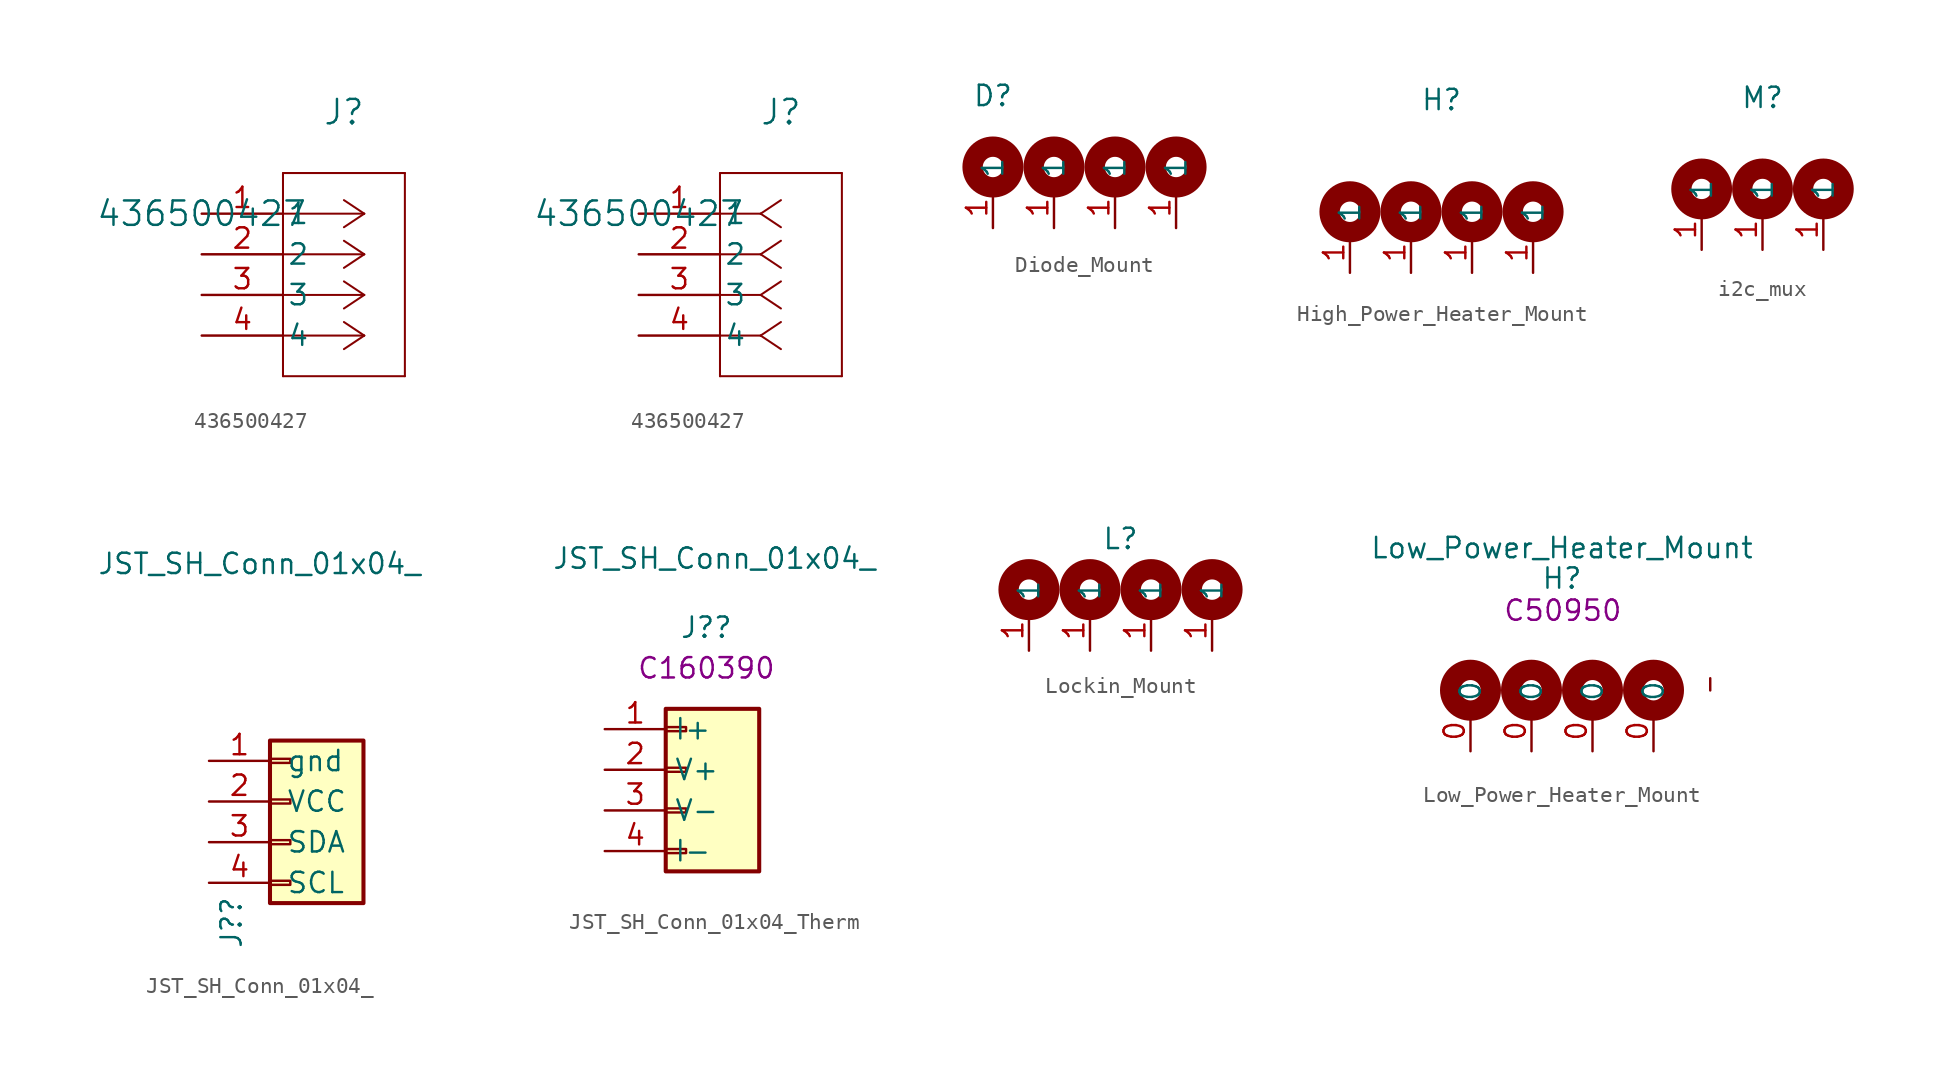
<source format=kicad_sym>
(kicad_symbol_lib
  (version 20231120)
  (generator "kicad_symbol_editor")
  (generator_version "8.0")
  (symbol "436500427"
    (pin_names
      (offset 0.254))
    (property "Reference" "J"
      (at 8.89 6.35 0)
      (effects (font (size 1.524 1.524))))
    (property "Value" "436500427"
      (at 0 0 0)
      (effects (font (size 1.524 1.524))))
    (symbol "436500427_1_1"
      (polyline (pts (xy 5.08 -10.16) (xy 12.7 -10.16)) (stroke (width 0.127) (type default)) (fill (type none)))
      (polyline (pts (xy 5.08 2.54) (xy 5.08 -10.16)) (stroke (width 0.127) (type default)) (fill (type none)))
      (polyline (pts (xy 10.16 -7.62) (xy 5.08 -7.62)) (stroke (width 0.127) (type default)) (fill (type none)))
      (polyline (pts (xy 10.16 -7.62) (xy 8.89 -8.467)) (stroke (width 0.127) (type default)) (fill (type none)))
      (polyline (pts (xy 10.16 -7.62) (xy 8.89 -6.773)) (stroke (width 0.127) (type default)) (fill (type none)))
      (polyline (pts (xy 10.16 -5.08) (xy 5.08 -5.08)) (stroke (width 0.127) (type default)) (fill (type none)))
      (polyline (pts (xy 10.16 -5.08) (xy 8.89 -5.927)) (stroke (width 0.127) (type default)) (fill (type none)))
      (polyline (pts (xy 10.16 -5.08) (xy 8.89 -4.233)) (stroke (width 0.127) (type default)) (fill (type none)))
      (polyline (pts (xy 10.16 -2.54) (xy 5.08 -2.54)) (stroke (width 0.127) (type default)) (fill (type none)))
      (polyline (pts (xy 10.16 -2.54) (xy 8.89 -3.387)) (stroke (width 0.127) (type default)) (fill (type none)))
      (polyline (pts (xy 10.16 -2.54) (xy 8.89 -1.693)) (stroke (width 0.127) (type default)) (fill (type none)))
      (polyline (pts (xy 10.16 0) (xy 5.08 0)) (stroke (width 0.127) (type default)) (fill (type none)))
      (polyline (pts (xy 10.16 0) (xy 8.89 -0.847)) (stroke (width 0.127) (type default)) (fill (type none)))
      (polyline (pts (xy 10.16 0) (xy 8.89 0.847)) (stroke (width 0.127) (type default)) (fill (type none)))
      (polyline (pts (xy 12.7 -10.16) (xy 12.7 2.54)) (stroke (width 0.127) (type default)) (fill (type none)))
      (polyline (pts (xy 12.7 2.54) (xy 5.08 2.54)) (stroke (width 0.127) (type default)) (fill (type none)))
      (pin unspecified line (at 0 0 0) (length 5.08) (name "1" (effects (font (size 1.27 1.27)))) (number "1" (effects (font (size 1.27 1.27)))))
      (pin unspecified line (at 0 -2.54 0) (length 5.08) (name "2" (effects (font (size 1.27 1.27)))) (number "2" (effects (font (size 1.27 1.27)))))
      (pin unspecified line (at 0 -5.08 0) (length 5.08) (name "3" (effects (font (size 1.27 1.27)))) (number "3" (effects (font (size 1.27 1.27)))))
      (pin unspecified line (at 0 -7.62 0) (length 5.08) (name "4" (effects (font (size 1.27 1.27)))) (number "4" (effects (font (size 1.27 1.27))))))
    (symbol "436500427_1_2"
      (polyline (pts (xy 5.08 -10.16) (xy 12.7 -10.16)) (stroke (width 0.127) (type default)) (fill (type none)))
      (polyline (pts (xy 5.08 2.54) (xy 5.08 -10.16)) (stroke (width 0.127) (type default)) (fill (type none)))
      (polyline (pts (xy 7.62 -7.62) (xy 5.08 -7.62)) (stroke (width 0.127) (type default)) (fill (type none)))
      (polyline (pts (xy 7.62 -7.62) (xy 8.89 -8.467)) (stroke (width 0.127) (type default)) (fill (type none)))
      (polyline (pts (xy 7.62 -7.62) (xy 8.89 -6.773)) (stroke (width 0.127) (type default)) (fill (type none)))
      (polyline (pts (xy 7.62 -5.08) (xy 5.08 -5.08)) (stroke (width 0.127) (type default)) (fill (type none)))
      (polyline (pts (xy 7.62 -5.08) (xy 8.89 -5.927)) (stroke (width 0.127) (type default)) (fill (type none)))
      (polyline (pts (xy 7.62 -5.08) (xy 8.89 -4.233)) (stroke (width 0.127) (type default)) (fill (type none)))
      (polyline (pts (xy 7.62 -2.54) (xy 5.08 -2.54)) (stroke (width 0.127) (type default)) (fill (type none)))
      (polyline (pts (xy 7.62 -2.54) (xy 8.89 -3.387)) (stroke (width 0.127) (type default)) (fill (type none)))
      (polyline (pts (xy 7.62 -2.54) (xy 8.89 -1.693)) (stroke (width 0.127) (type default)) (fill (type none)))
      (polyline (pts (xy 7.62 0) (xy 5.08 0)) (stroke (width 0.127) (type default)) (fill (type none)))
      (polyline (pts (xy 7.62 0) (xy 8.89 -0.847)) (stroke (width 0.127) (type default)) (fill (type none)))
      (polyline (pts (xy 7.62 0) (xy 8.89 0.847)) (stroke (width 0.127) (type default)) (fill (type none)))
      (polyline (pts (xy 12.7 -10.16) (xy 12.7 2.54)) (stroke (width 0.127) (type default)) (fill (type none)))
      (polyline (pts (xy 12.7 2.54) (xy 5.08 2.54)) (stroke (width 0.127) (type default)) (fill (type none)))
      (pin unspecified line (at 0 0 0) (length 5.08) (name "1" (effects (font (size 1.27 1.27)))) (number "1" (effects (font (size 1.27 1.27)))))
      (pin unspecified line (at 0 -2.54 0) (length 5.08) (name "2" (effects (font (size 1.27 1.27)))) (number "2" (effects (font (size 1.27 1.27)))))
      (pin unspecified line (at 0 -5.08 0) (length 5.08) (name "3" (effects (font (size 1.27 1.27)))) (number "3" (effects (font (size 1.27 1.27)))))
      (pin unspecified line (at 0 -7.62 0) (length 5.08) (name "4" (effects (font (size 1.27 1.27)))) (number "4" (effects (font (size 1.27 1.27)))))))
  (symbol "Diode_Mount"
    (property "Reference" "D"
      (at 0 4.445 0)
      (effects (font (size 1.27 1.27))))
    (property "Value" ""
      (at 0 0 0)
      (effects (font (size 1.27 1.27))))
    (symbol "Diode_Mount_0_1"
      (circle (center 0 0) (radius 1.27) (stroke (width 1.27) (type default)) (fill (type none)))
      (circle (center 3.81 0) (radius 1.27) (stroke (width 1.27) (type default)) (fill (type none)))
      (circle (center 7.62 0) (radius 1.27) (stroke (width 1.27) (type default)) (fill (type none)))
      (circle (center 11.43 0) (radius 1.27) (stroke (width 1.27) (type default)) (fill (type none))))
    (symbol "Diode_Mount_1_1"
      (pin input line (at 0 -3.81 90) (length 2.54) (name "1" (effects (font (size 1.27 1.27)))) (number "1" (effects (font (size 1.27 1.27)))))
      (pin input line (at 3.81 -3.81 90) (length 2.54) (name "1" (effects (font (size 1.27 1.27)))) (number "1" (effects (font (size 1.27 1.27)))))
      (pin input line (at 7.62 -3.81 90) (length 2.54) (name "1" (effects (font (size 1.27 1.27)))) (number "1" (effects (font (size 1.27 1.27)))))
      (pin input line (at 11.43 -3.81 90) (length 2.54) (name "1" (effects (font (size 1.27 1.27)))) (number "1" (effects (font (size 1.27 1.27)))))))
  (symbol "High_Power_Heater_Mount"
    (property "Reference" "H"
      (at 0 6.985 0)
      (effects (font (size 1.27 1.27))))
    (property "Value" ""
      (at 0 6.985 0)
      (effects (font (size 1.27 1.27))))
    (symbol "High_Power_Heater_Mount_0_0"
      (text "" (at -6.985 0.635 0) (effects (font (size 1.27 1.27))))
      (text "" (at -3.175 0.635 0) (effects (font (size 1.27 1.27))))
      (text "" (at 0.635 0.635 0) (effects (font (size 1.27 1.27))))
      (text "" (at 4.445 0.635 0) (effects (font (size 1.27 1.27)))))
    (symbol "High_Power_Heater_Mount_0_1"
      (circle (center -5.715 0) (radius 1.27) (stroke (width 1.27) (type default)) (fill (type none)))
      (circle (center -1.905 0) (radius 1.27) (stroke (width 1.27) (type default)) (fill (type none)))
      (circle (center 1.905 0) (radius 1.27) (stroke (width 1.27) (type default)) (fill (type none)))
      (circle (center 5.715 0) (radius 1.27) (stroke (width 1.27) (type default)) (fill (type none))))
    (symbol "High_Power_Heater_Mount_1_1"
      (pin input line (at -5.715 -3.81 90) (length 2.54) (name "1" (effects (font (size 1.27 1.27)))) (number "1" (effects (font (size 1.27 1.27)))))
      (pin input line (at -1.905 -3.81 90) (length 2.54) (name "1" (effects (font (size 1.27 1.27)))) (number "1" (effects (font (size 1.27 1.27)))))
      (pin input line (at 1.905 -3.81 90) (length 2.54) (name "1" (effects (font (size 1.27 1.27)))) (number "1" (effects (font (size 1.27 1.27)))))
      (pin input line (at 5.715 -3.81 90) (length 2.54) (name "1" (effects (font (size 1.27 1.27)))) (number "1" (effects (font (size 1.27 1.27)))))))
  (symbol "i2c_mux"
    (property "Reference" "M"
      (at 0 5.715 0)
      (effects (font (size 1.27 1.27))))
    (property "Value" ""
      (at 0 0 0)
      (effects (font (size 1.27 1.27))))
    (symbol "i2c_mux_0_1"
      (circle (center -3.81 0) (radius 1.27) (stroke (width 1.27) (type default)) (fill (type none)))
      (circle (center 0 0) (radius 1.27) (stroke (width 1.27) (type default)) (fill (type none)))
      (circle (center 3.81 0) (radius 1.27) (stroke (width 1.27) (type default)) (fill (type none))))
    (symbol "i2c_mux_1_1"
      (pin input line (at -3.81 -3.81 90) (length 2.54) (name "1" (effects (font (size 1.27 1.27)))) (number "1" (effects (font (size 1.27 1.27)))))
      (pin input line (at 0 -3.81 90) (length 2.54) (name "1" (effects (font (size 1.27 1.27)))) (number "1" (effects (font (size 1.27 1.27)))))
      (pin input line (at 3.81 -3.81 90) (length 2.54) (name "1" (effects (font (size 1.27 1.27)))) (number "1" (effects (font (size 1.27 1.27)))))))
  (symbol "JST_SH_Conn_01x04_"
    (pin_names
      (offset 1.016))
    (property "Reference" "J?"
      (at -3.683 -5.896 90)
      (effects (font (size 1.27 1.27)) (justify right)))
    (property "Value" "JST_SH_Conn_01x04_"
      (at 8.255 14.859 0)
      (effects (font (size 1.27 1.27)) (justify right)))
    (symbol "JST_SH_Conn_01x04__1_1"
      (rectangle (start -1.27 -4.953) (end 0 -5.207) (stroke (width 0.152) (type default)) (fill (type none)))
      (rectangle (start -1.27 -2.413) (end 0 -2.667) (stroke (width 0.152) (type default)) (fill (type none)))
      (rectangle (start -1.27 0.127) (end 0 -0.127) (stroke (width 0.152) (type default)) (fill (type none)))
      (rectangle (start -1.27 2.667) (end 0 2.413) (stroke (width 0.152) (type default)) (fill (type none)))
      (rectangle (start -1.27 3.81) (end 4.572 -6.35) (stroke (width 0.254) (type default)) (fill (type background)))
      (pin passive line (at -5.08 2.54 0) (length 3.81) (name "gnd" (effects (font (size 1.27 1.27)))) (number "1" (effects (font (size 1.27 1.27)))))
      (pin passive line (at -5.08 0 0) (length 3.81) (name "VCC" (effects (font (size 1.27 1.27)))) (number "2" (effects (font (size 1.27 1.27)))))
      (pin passive line (at -5.08 -2.54 0) (length 3.81) (name "SDA" (effects (font (size 1.27 1.27)))) (number "3" (effects (font (size 1.27 1.27)))))
      (pin passive line (at -5.08 -5.08 0) (length 3.81) (name "SCL" (effects (font (size 1.27 1.27)))) (number "4" (effects (font (size 1.27 1.27)))))))
  (symbol "JST_SH_Conn_01x04_Therm"
    (property "Reference" "J?"
      (at 0 10.16 0)
      (effects (font (size 1.27 1.27))))
    (property "Value" "JST_SH_Conn_01x04_"
      (at 0.508 14.478 0)
      (effects (font (size 1.27 1.27))))
    (property "LCSC" "C160390"
      (at 0 7.62 0)
      (effects (font (size 1.27 1.27))))
    (symbol "JST_SH_Conn_01x04_Therm_1_1"
      (rectangle (start -2.54 -3.683) (end -1.27 -3.937) (stroke (width 0.152) (type default)) (fill (type none)))
      (rectangle (start -2.54 -1.143) (end -1.27 -1.397) (stroke (width 0.152) (type default)) (fill (type none)))
      (rectangle (start -2.54 1.397) (end -1.27 1.143) (stroke (width 0.152) (type default)) (fill (type none)))
      (rectangle (start -2.54 3.937) (end -1.27 3.683) (stroke (width 0.152) (type default)) (fill (type none)))
      (rectangle (start -2.54 5.08) (end 3.302 -5.08) (stroke (width 0.254) (type default)) (fill (type background)))
      (pin passive line (at -6.35 3.81 0) (length 3.81) (name "I+" (effects (font (size 1.27 1.27)))) (number "1" (effects (font (size 1.27 1.27)))))
      (pin passive line (at -6.35 1.27 0) (length 3.81) (name "V+" (effects (font (size 1.27 1.27)))) (number "2" (effects (font (size 1.27 1.27)))))
      (pin passive line (at -6.35 -1.27 0) (length 3.81) (name "V-" (effects (font (size 1.27 1.27)))) (number "3" (effects (font (size 1.27 1.27)))))
      (pin passive line (at -6.35 -3.81 0) (length 3.81) (name "I-" (effects (font (size 1.27 1.27)))) (number "4" (effects (font (size 1.27 1.27)))))))
  (symbol "Lockin_Mount"
    (property "Reference" "L"
      (at 0 3.175 0)
      (effects (font (size 1.27 1.27))))
    (property "Value" ""
      (at 0 0 0)
      (effects (font (size 1.27 1.27))))
    (symbol "Lockin_Mount_0_1"
      (circle (center -5.715 0) (radius 1.27) (stroke (width 1.27) (type default)) (fill (type none)))
      (circle (center -1.905 0) (radius 1.27) (stroke (width 1.27) (type default)) (fill (type none)))
      (circle (center 1.905 0) (radius 1.27) (stroke (width 1.27) (type default)) (fill (type none)))
      (circle (center 5.715 0) (radius 1.27) (stroke (width 1.27) (type default)) (fill (type none))))
    (symbol "Lockin_Mount_1_1"
      (pin input line (at -5.715 -3.81 90) (length 2.54) (name "1" (effects (font (size 1.27 1.27)))) (number "1" (effects (font (size 1.27 1.27)))))
      (pin input line (at -1.905 -3.81 90) (length 2.54) (name "1" (effects (font (size 1.27 1.27)))) (number "1" (effects (font (size 1.27 1.27)))))
      (pin input line (at 1.905 -3.81 90) (length 2.54) (name "1" (effects (font (size 1.27 1.27)))) (number "1" (effects (font (size 1.27 1.27)))))
      (pin input line (at 5.715 -3.81 90) (length 2.54) (name "1" (effects (font (size 1.27 1.27)))) (number "1" (effects (font (size 1.27 1.27)))))))
  (symbol "Low_Power_Heater_Mount"
    (property "Reference" "H"
      (at 0 6.985 0)
      (effects (font (size 1.27 1.27))))
    (property "Value" "Low_Power_Heater_Mount"
      (at 0 8.89 0)
      (effects (font (size 1.27 1.27))))
    (property "LCSC" "C50950"
      (at 0.051 4.978 0)
      (effects (font (size 1.27 1.27))))
    (symbol "Low_Power_Heater_Mount_0_0"
      (text "" (at -6.985 0.635 0) (effects (font (size 1.27 1.27))))
      (text "" (at -3.175 0.635 0) (effects (font (size 1.27 1.27))))
      (text "" (at 0.635 0.635 0) (effects (font (size 1.27 1.27))))
      (text "" (at 4.445 0.635 0) (effects (font (size 1.27 1.27)))))
    (symbol "Low_Power_Heater_Mount_0_1"
      (circle (center -5.715 0) (radius 1.27) (stroke (width 1.27) (type default)) (fill (type none)))
      (circle (center -1.905 0) (radius 1.27) (stroke (width 1.27) (type default)) (fill (type none)))
      (circle (center 1.905 0) (radius 1.27) (stroke (width 1.27) (type default)) (fill (type none)))
      (circle (center 5.715 0) (radius 1.27) (stroke (width 1.27) (type default)) (fill (type none))))
    (symbol "Low_Power_Heater_Mount_1_1"
      (polyline (pts (xy 9.258 -0.013) (xy 9.258 0.749)) (stroke (width 0.152) (type default)) (fill (type none)))
      (pin input line (at -5.715 -3.81 90) (length 2.54) (name "0" (effects (font (size 1.27 1.27)))) (number "0" (effects (font (size 1.27 1.27)))))
      (pin input line (at -1.905 -3.81 90) (length 2.54) (name "0" (effects (font (size 1.27 1.27)))) (number "0" (effects (font (size 1.27 1.27)))))
      (pin input line (at 1.905 -3.81 90) (length 2.54) (name "0" (effects (font (size 1.27 1.27)))) (number "0" (effects (font (size 1.27 1.27)))))
      (pin input line (at 5.715 -3.81 90) (length 2.54) (name "0" (effects (font (size 1.27 1.27)))) (number "0" (effects (font (size 1.27 1.27))))))))
</source>
